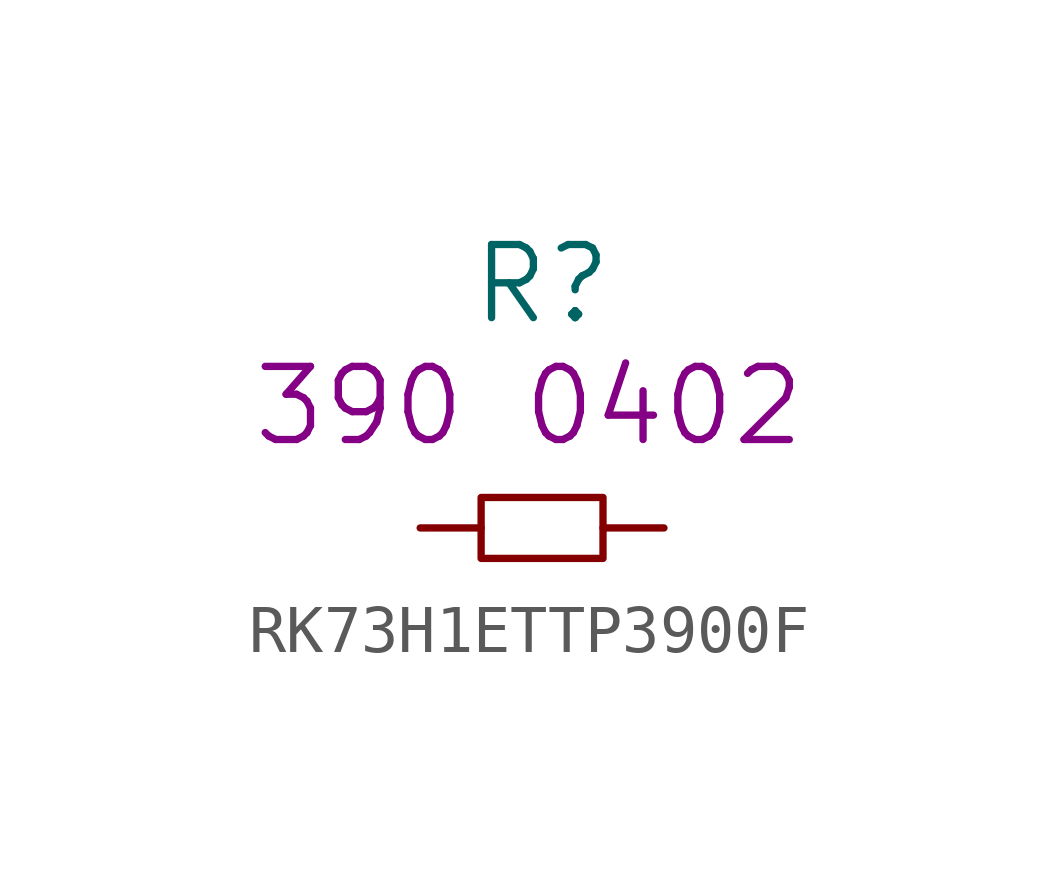
<source format=kicad_sym>
(kicad_symbol_lib
  (version 20220914)
  (generator kicad_symbol_editor)
  (symbol "RK73H1ETTP3900F"
    (pin_numbers hide)
    (pin_names
      (offset 1.016) hide)
    (property "Reference" "R"
      (at 0 5.08 0)
      (effects (font (size 1.524 1.524))))
    (property "Size" "0402"
      (at 2.54 2.54 0)
      (effects (font (size 1.524 1.524))))
    (property "Value2" "390"
      (at -3.81 2.54 0)
      (effects (font (size 1.524 1.524))))
    (symbol "RK73H1ETTP3900F_0_1"
      (rectangle (start -1.27 0.635) (end 1.27 -0.635) (stroke (width 0) (type solid)) (fill (type none))))
    (symbol "RK73H1ETTP3900F_1_1"
      (pin passive line (at -2.54 0 0) (length 1.27) (name "1" (effects (font (size 1.27 1.27)))) (number "1" (effects (font (size 1.27 1.27)))))
      (pin passive line (at 2.54 0 180) (length 1.27) (name "2" (effects (font (size 1.27 1.27)))) (number "2" (effects (font (size 1.27 1.27))))))))
</source>
